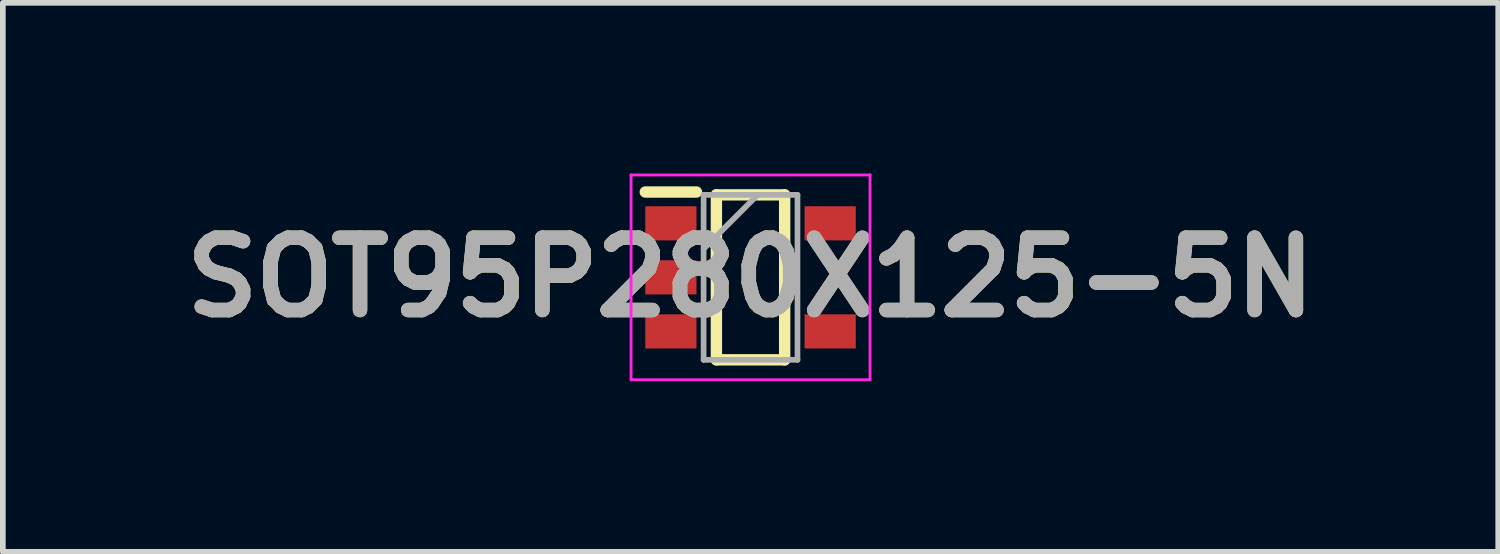
<source format=kicad_pcb>
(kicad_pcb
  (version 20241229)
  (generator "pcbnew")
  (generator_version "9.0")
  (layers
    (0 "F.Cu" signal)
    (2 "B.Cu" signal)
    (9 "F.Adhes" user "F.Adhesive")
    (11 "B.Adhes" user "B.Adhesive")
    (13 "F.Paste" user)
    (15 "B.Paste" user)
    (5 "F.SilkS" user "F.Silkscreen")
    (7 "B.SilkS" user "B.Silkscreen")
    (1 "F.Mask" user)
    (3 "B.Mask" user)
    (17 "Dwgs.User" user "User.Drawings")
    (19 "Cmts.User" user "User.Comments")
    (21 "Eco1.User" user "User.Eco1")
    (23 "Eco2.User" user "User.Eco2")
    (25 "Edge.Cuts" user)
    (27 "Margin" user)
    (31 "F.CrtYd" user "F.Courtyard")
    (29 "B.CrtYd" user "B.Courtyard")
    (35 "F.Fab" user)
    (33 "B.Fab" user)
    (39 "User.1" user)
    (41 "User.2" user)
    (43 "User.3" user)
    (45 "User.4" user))
  (footprint "SOT95P280X125-5N"
    (layer "F.Cu")
    (at 10.142 1.825)
    (property "Reference" "SOT95P280X125-5N" (at 0 0 0) (layer "F.SilkS") (effects (font (size 1.27 1.27) (thickness 0.254))))
    (attr smd)
    (fp_line (start -1.85 -1.5) (end -0.95 -1.5) (stroke (width 0.2) (type solid)) (layer "F.SilkS"))
    (fp_line (start -0.6 -1.45) (end 0.6 -1.45) (stroke (width 0.2) (type solid)) (layer "F.SilkS"))
    (fp_line (start -0.6 1.45) (end -0.6 -1.45) (stroke (width 0.2) (type solid)) (layer "F.SilkS"))
    (fp_line (start 0.6 -1.45) (end 0.6 1.45) (stroke (width 0.2) (type solid)) (layer "F.SilkS"))
    (fp_line (start 0.6 1.45) (end -0.6 1.45) (stroke (width 0.2) (type solid)) (layer "F.SilkS"))
    (fp_line (start -2.1 -1.8) (end 2.1 -1.8) (stroke (width 0.05) (type solid)) (layer "F.CrtYd"))
    (fp_line (start -2.1 1.8) (end -2.1 -1.8) (stroke (width 0.05) (type solid)) (layer "F.CrtYd"))
    (fp_line (start 2.1 -1.8) (end 2.1 1.8) (stroke (width 0.05) (type solid)) (layer "F.CrtYd"))
    (fp_line (start 2.1 1.8) (end -2.1 1.8) (stroke (width 0.05) (type solid)) (layer "F.CrtYd"))
    (fp_line (start -0.825 -1.45) (end 0.825 -1.45) (stroke (width 0.1) (type solid)) (layer "F.Fab"))
    (fp_line (start -0.825 -0.5) (end 0.125 -1.45) (stroke (width 0.1) (type solid)) (layer "F.Fab"))
    (fp_line (start -0.825 1.45) (end -0.825 -1.45) (stroke (width 0.1) (type solid)) (layer "F.Fab"))
    (fp_line (start 0.825 -1.45) (end 0.825 1.45) (stroke (width 0.1) (type solid)) (layer "F.Fab"))
    (fp_line (start 0.825 1.45) (end -0.825 1.45) (stroke (width 0.1) (type solid)) (layer "F.Fab"))
    (fp_text user "${REFERENCE}" (at 0 0 0) (layer "F.Fab") (effects (font (size 1.27 1.27) (thickness 0.254))))
    (pad "1" smd rect (at -1.4 -0.95 90) (size 0.6 0.9) (layers "F.Cu" "F.Mask" "F.Paste"))
    (pad "2" smd rect (at -1.4 0 90) (size 0.6 0.9) (layers "F.Cu" "F.Mask" "F.Paste"))
    (pad "3" smd rect (at -1.4 0.95 90) (size 0.6 0.9) (layers "F.Cu" "F.Mask" "F.Paste"))
    (pad "4" smd rect (at 1.4 0.95 90) (size 0.6 0.9) (layers "F.Cu" "F.Mask" "F.Paste"))
    (pad "5" smd rect (at 1.4 -0.95 90) (size 0.6 0.9) (layers "F.Cu" "F.Mask" "F.Paste")))
  (gr_rect
    (start -3 -3)
    (end 23.284 6.65)
    (stroke (width 0.1) (type default))
    (fill no)
    (layer "Edge.Cuts")))
</source>
